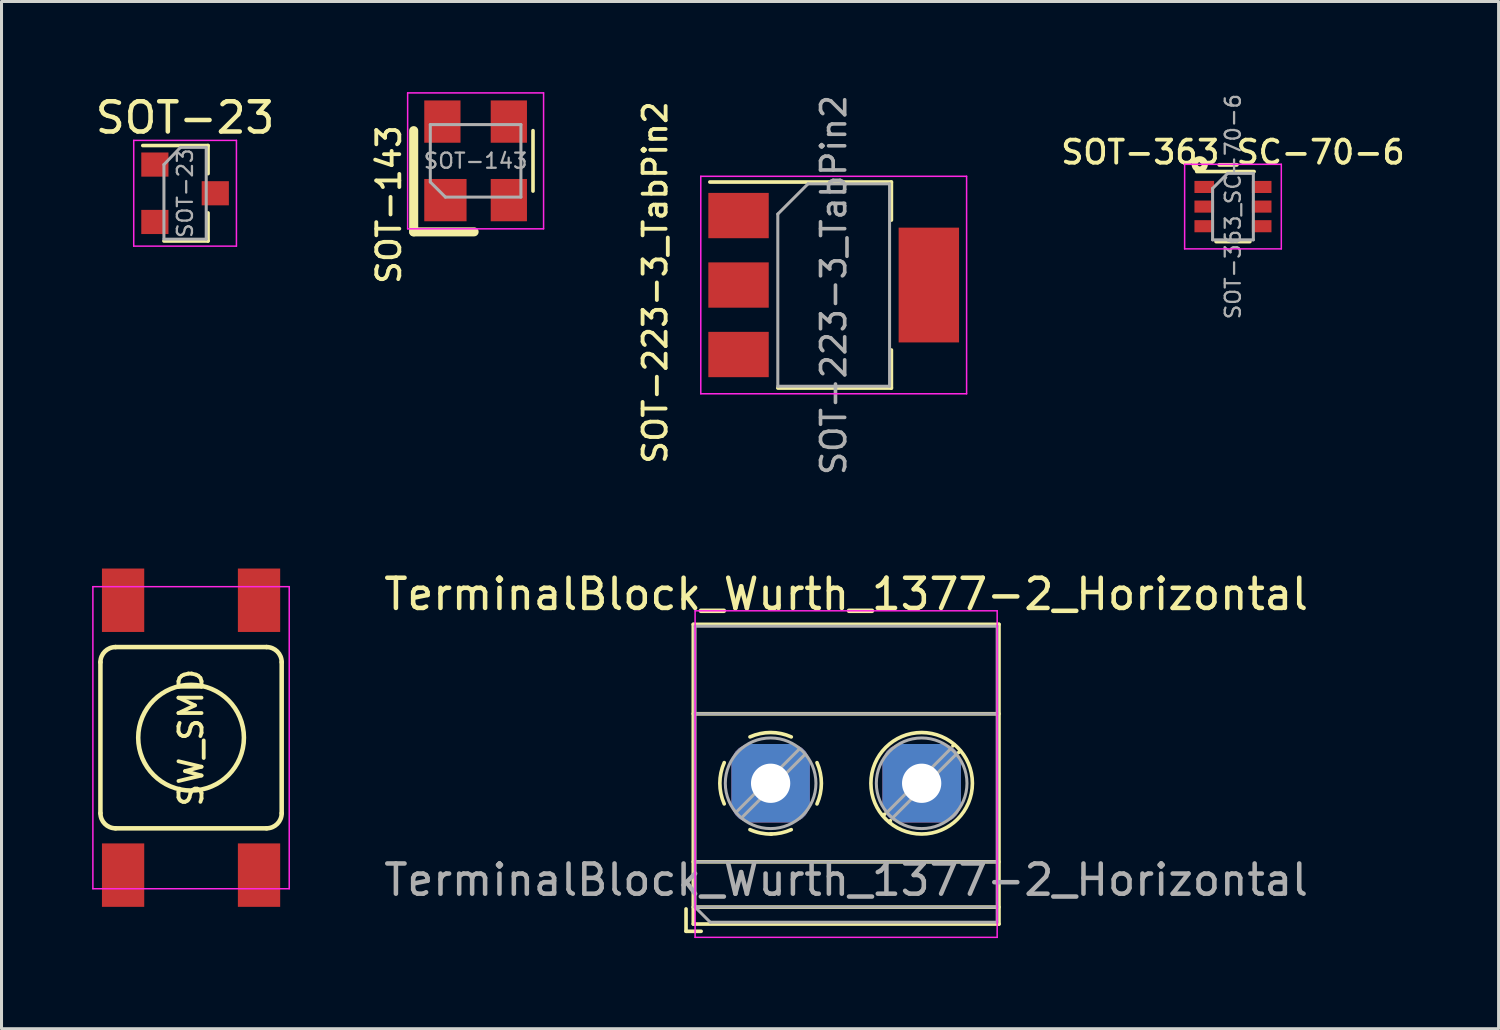
<source format=kicad_pcb>
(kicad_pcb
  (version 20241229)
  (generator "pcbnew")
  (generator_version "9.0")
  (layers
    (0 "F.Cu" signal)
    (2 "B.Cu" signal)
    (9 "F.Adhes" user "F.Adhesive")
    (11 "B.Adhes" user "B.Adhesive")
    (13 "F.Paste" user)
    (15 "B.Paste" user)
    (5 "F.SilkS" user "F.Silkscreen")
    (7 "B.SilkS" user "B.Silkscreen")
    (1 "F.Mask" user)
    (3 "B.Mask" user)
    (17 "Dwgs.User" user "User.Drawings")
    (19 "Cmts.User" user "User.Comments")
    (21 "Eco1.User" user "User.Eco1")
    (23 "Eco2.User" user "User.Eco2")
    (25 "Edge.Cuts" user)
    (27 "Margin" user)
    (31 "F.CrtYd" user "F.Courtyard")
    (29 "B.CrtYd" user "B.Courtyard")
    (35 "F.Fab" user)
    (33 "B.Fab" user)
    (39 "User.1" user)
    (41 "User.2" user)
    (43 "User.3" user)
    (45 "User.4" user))
  (footprint "SOT-143"
    (layer "F.Cu")
    (at 12.695 2.275)
    (property "Reference" "SOT-143" (at -2.872 1.448 90) (layer "F.SilkS") (effects (font (size 0.762 0.762) (thickness 0.127))))
    (attr smd)
    (fp_line (start -2.05 -1) (end -2.05 2.35) (stroke (width 0.3) (type solid)) (layer "F.SilkS"))
    (fp_line (start -2.05 2.35) (end -0.05 2.35) (stroke (width 0.3) (type solid)) (layer "F.SilkS"))
    (fp_line (start 1.9 1) (end 1.9 -1) (stroke (width 0.12) (type solid)) (layer "F.SilkS"))
    (fp_line (start -2.25 -2.25) (end -2.25 2.25) (stroke (width 0.05) (type solid)) (layer "F.CrtYd"))
    (fp_line (start -2.25 -2.25) (end 2.25 -2.25) (stroke (width 0.05) (type solid)) (layer "F.CrtYd"))
    (fp_line (start 2.25 2.25) (end -2.25 2.25) (stroke (width 0.05) (type solid)) (layer "F.CrtYd"))
    (fp_line (start 2.25 2.25) (end 2.25 -2.25) (stroke (width 0.05) (type solid)) (layer "F.CrtYd"))
    (fp_line (start -1.5 -1.2) (end 1.5 -1.2) (stroke (width 0.1) (type solid)) (layer "F.Fab"))
    (fp_line (start -1.5 0.7) (end -1.5 -1.2) (stroke (width 0.1) (type solid)) (layer "F.Fab"))
    (fp_line (start -1 1.2) (end -1.5 0.7) (stroke (width 0.1) (type solid)) (layer "F.Fab"))
    (fp_line (start 1.5 -1.2) (end 1.5 1.2) (stroke (width 0.1) (type solid)) (layer "F.Fab"))
    (fp_line (start 1.5 1.2) (end -1 1.2) (stroke (width 0.1) (type solid)) (layer "F.Fab"))
    (fp_text user "${REFERENCE}" (at 0 0 180) (layer "F.Fab") (effects (font (size 0.5 0.5) (thickness 0.075))))
    (pad "1" smd rect (at -1 1.3) (size 1.4 1.4) (layers "F.Cu" "F.Mask" "F.Paste"))
    (pad "2" smd rect (at 1.1 1.3) (size 1.2 1.4) (layers "F.Cu" "F.Mask" "F.Paste"))
    (pad "3" smd rect (at 1.1 -1.3) (size 1.2 1.4) (layers "F.Cu" "F.Mask" "F.Paste"))
    (pad "4" smd rect (at -1.1 -1.3) (size 1.2 1.4) (layers "F.Cu" "F.Mask" "F.Paste")))
  (footprint "SOT-223-3_TabPin2"
    (layer "F.Cu")
    (at 24.549 6.386)
    (property "Reference" "SOT-223-3_TabPin2" (at -5.91 -0.085 270) (layer "F.SilkS") (effects (font (size 0.762 0.762) (thickness 0.127))))
    (attr smd)
    (fp_line (start -4.1 -3.41) (end 1.91 -3.41) (stroke (width 0.12) (type solid)) (layer "F.SilkS"))
    (fp_line (start -1.85 3.41) (end 1.91 3.41) (stroke (width 0.12) (type solid)) (layer "F.SilkS"))
    (fp_line (start 1.91 -3.41) (end 1.91 -2.15) (stroke (width 0.12) (type solid)) (layer "F.SilkS"))
    (fp_line (start 1.91 3.41) (end 1.91 2.15) (stroke (width 0.12) (type solid)) (layer "F.SilkS"))
    (fp_line (start -4.4 -3.6) (end -4.4 3.6) (stroke (width 0.05) (type solid)) (layer "F.CrtYd"))
    (fp_line (start -4.4 3.6) (end 4.4 3.6) (stroke (width 0.05) (type solid)) (layer "F.CrtYd"))
    (fp_line (start 4.4 -3.6) (end -4.4 -3.6) (stroke (width 0.05) (type solid)) (layer "F.CrtYd"))
    (fp_line (start 4.4 3.6) (end 4.4 -3.6) (stroke (width 0.05) (type solid)) (layer "F.CrtYd"))
    (fp_line (start -1.85 -2.35) (end -1.85 3.35) (stroke (width 0.1) (type solid)) (layer "F.Fab"))
    (fp_line (start -1.85 -2.35) (end -0.85 -3.35) (stroke (width 0.1) (type solid)) (layer "F.Fab"))
    (fp_line (start -1.85 3.35) (end 1.85 3.35) (stroke (width 0.1) (type solid)) (layer "F.Fab"))
    (fp_line (start -0.85 -3.35) (end 1.85 -3.35) (stroke (width 0.1) (type solid)) (layer "F.Fab"))
    (fp_line (start 1.85 -3.35) (end 1.85 3.35) (stroke (width 0.1) (type solid)) (layer "F.Fab"))
    (fp_text user "${REFERENCE}" (at 0 0 90) (layer "F.Fab") (effects (font (size 0.8 0.8) (thickness 0.12))))
    (pad "1" smd rect (at -3.15 -2.3) (size 2 1.5) (layers "F.Cu" "F.Mask" "F.Paste"))
    (pad "2" smd rect (at -3.15 0) (size 2 1.5) (layers "F.Cu" "F.Mask" "F.Paste"))
    (pad "2" smd rect (at 3.15 0) (size 2 3.8) (layers "F.Cu" "F.Mask" "F.Paste"))
    (pad "3" smd rect (at -3.15 2.3) (size 2 1.5) (layers "F.Cu" "F.Mask" "F.Paste")))
  (footprint "SOT-23"
    (layer "F.Cu")
    (at 3.077 3.348)
    (property "Reference" "SOT-23" (at 0 -2.5 0) (layer "F.SilkS") (effects (font (size 1 1) (thickness 0.15))))
    (attr smd)
    (fp_line (start 0.76 -1.58) (end -1.4 -1.58) (stroke (width 0.12) (type solid)) (layer "F.SilkS"))
    (fp_line (start 0.76 -1.58) (end 0.76 -0.65) (stroke (width 0.12) (type solid)) (layer "F.SilkS"))
    (fp_line (start 0.76 1.58) (end -0.7 1.58) (stroke (width 0.12) (type solid)) (layer "F.SilkS"))
    (fp_line (start 0.76 1.58) (end 0.76 0.65) (stroke (width 0.12) (type solid)) (layer "F.SilkS"))
    (fp_line (start -1.7 -1.75) (end 1.7 -1.75) (stroke (width 0.05) (type solid)) (layer "F.CrtYd"))
    (fp_line (start -1.7 1.75) (end -1.7 -1.75) (stroke (width 0.05) (type solid)) (layer "F.CrtYd"))
    (fp_line (start 1.7 -1.75) (end 1.7 1.75) (stroke (width 0.05) (type solid)) (layer "F.CrtYd"))
    (fp_line (start 1.7 1.75) (end -1.7 1.75) (stroke (width 0.05) (type solid)) (layer "F.CrtYd"))
    (fp_line (start -0.7 -0.95) (end -0.7 1.5) (stroke (width 0.1) (type solid)) (layer "F.Fab"))
    (fp_line (start -0.7 -0.95) (end -0.15 -1.52) (stroke (width 0.1) (type solid)) (layer "F.Fab"))
    (fp_line (start -0.7 1.52) (end 0.7 1.52) (stroke (width 0.1) (type solid)) (layer "F.Fab"))
    (fp_line (start -0.15 -1.52) (end 0.7 -1.52) (stroke (width 0.1) (type solid)) (layer "F.Fab"))
    (fp_line (start 0.7 -1.52) (end 0.7 1.52) (stroke (width 0.1) (type solid)) (layer "F.Fab"))
    (fp_text user "${REFERENCE}" (at 0 0 90) (layer "F.Fab") (effects (font (size 0.5 0.5) (thickness 0.075))))
    (pad "1" smd rect (at -1 -0.95) (size 0.9 0.8) (layers "F.Cu" "F.Mask" "F.Paste"))
    (pad "2" smd rect (at -1 0.95) (size 0.9 0.8) (layers "F.Cu" "F.Mask" "F.Paste"))
    (pad "3" smd rect (at 1 0) (size 0.9 0.8) (layers "F.Cu" "F.Mask" "F.Paste")))
  (footprint "TerminalBlock_Wurth_1377-2_Horizontal"
    (layer "F.Cu")
    (at 22.461 22.88)
    (property "Reference" "TerminalBlock_Wurth_1377-2_Horizontal" (at 2.5 -6.26 180) (layer "F.SilkS") (effects (font (size 1 1) (thickness 0.15))))
    (attr through_hole)
    (fp_line (start -2.8 4.16) (end -2.8 4.9) (stroke (width 0.12) (type solid)) (layer "F.SilkS"))
    (fp_line (start -2.8 4.9) (end -2.3 4.9) (stroke (width 0.12) (type solid)) (layer "F.SilkS"))
    (fp_line (start -2.56 -5.261) (end -2.56 4.66) (stroke (width 0.12) (type solid)) (layer "F.SilkS"))
    (fp_line (start -2.56 -5.261) (end 7.56 -5.261) (stroke (width 0.12) (type solid)) (layer "F.SilkS"))
    (fp_line (start -2.56 -2.301) (end 7.56 -2.301) (stroke (width 0.12) (type solid)) (layer "F.SilkS"))
    (fp_line (start -2.56 2.6) (end 7.56 2.6) (stroke (width 0.12) (type solid)) (layer "F.SilkS"))
    (fp_line (start -2.56 4.1) (end 7.56 4.1) (stroke (width 0.12) (type solid)) (layer "F.SilkS"))
    (fp_line (start -2.56 4.66) (end 7.56 4.66) (stroke (width 0.12) (type solid)) (layer "F.SilkS"))
    (fp_line (start 3.773 1.023) (end 3.726 1.069) (stroke (width 0.12) (type solid)) (layer "F.SilkS"))
    (fp_line (start 3.966 1.239) (end 3.931 1.274) (stroke (width 0.12) (type solid)) (layer "F.SilkS"))
    (fp_line (start 6.07 -1.275) (end 6.035 -1.239) (stroke (width 0.12) (type solid)) (layer "F.SilkS"))
    (fp_line (start 6.275 -1.069) (end 6.228 -1.023) (stroke (width 0.12) (type solid)) (layer "F.SilkS"))
    (fp_line (start 7.56 -5.261) (end 7.56 4.66) (stroke (width 0.12) (type solid)) (layer "F.SilkS"))
    (fp_arc (start -1.535427 0.683042) (mid -1.680501 -0.000524) (end -1.535 -0.684) (stroke (width 0.12) (type solid)) (layer "F.SilkS"))
    (fp_arc (start -0.683042 -1.535427) (mid 0.000524 -1.680501) (end 0.684 -1.535) (stroke (width 0.12) (type solid)) (layer "F.SilkS"))
    (fp_arc (start 0.028805 1.680253) (mid -0.335551 1.646659) (end -0.684 1.535) (stroke (width 0.12) (type solid)) (layer "F.SilkS"))
    (fp_arc (start 0.683318 1.534756) (mid 0.349292 1.643288) (end 0 1.68) (stroke (width 0.12) (type solid)) (layer "F.SilkS"))
    (fp_arc (start 1.535427 -0.683042) (mid 1.680501 0.000524) (end 1.535 0.684) (stroke (width 0.12) (type solid)) (layer "F.SilkS"))
    (fp_circle (center 5 0) (end 6.68 0) (stroke (width 0.12) (type solid)) (fill no) (layer "F.SilkS"))
    (fp_line (start -2.5 -5.71) (end -2.5 5.1) (stroke (width 0.05) (type solid)) (layer "F.CrtYd"))
    (fp_line (start -2.5 5.1) (end 7.5 5.1) (stroke (width 0.05) (type solid)) (layer "F.CrtYd"))
    (fp_line (start 7.5 -5.71) (end -2.5 -5.71) (stroke (width 0.05) (type solid)) (layer "F.CrtYd"))
    (fp_line (start 7.5 5.1) (end 7.5 -5.71) (stroke (width 0.05) (type solid)) (layer "F.CrtYd"))
    (fp_line (start -2.5 -5.2) (end 7.5 -5.2) (stroke (width 0.1) (type solid)) (layer "F.Fab"))
    (fp_line (start -2.5 -2.3) (end 7.5 -2.3) (stroke (width 0.1) (type solid)) (layer "F.Fab"))
    (fp_line (start -2.5 2.6) (end 7.5 2.6) (stroke (width 0.1) (type solid)) (layer "F.Fab"))
    (fp_line (start -2.5 4.1) (end -2.5 -5.2) (stroke (width 0.1) (type solid)) (layer "F.Fab"))
    (fp_line (start -2.5 4.1) (end 7.5 4.1) (stroke (width 0.1) (type solid)) (layer "F.Fab"))
    (fp_line (start -2 4.6) (end -2.5 4.1) (stroke (width 0.1) (type solid)) (layer "F.Fab"))
    (fp_line (start 0.955 -1.138) (end -1.138 0.955) (stroke (width 0.1) (type solid)) (layer "F.Fab"))
    (fp_line (start 1.138 -0.955) (end -0.955 1.138) (stroke (width 0.1) (type solid)) (layer "F.Fab"))
    (fp_line (start 5.955 -1.138) (end 3.863 0.955) (stroke (width 0.1) (type solid)) (layer "F.Fab"))
    (fp_line (start 6.138 -0.955) (end 4.046 1.138) (stroke (width 0.1) (type solid)) (layer "F.Fab"))
    (fp_line (start 7.5 -5.2) (end 7.5 4.6) (stroke (width 0.1) (type solid)) (layer "F.Fab"))
    (fp_line (start 7.5 4.6) (end -2 4.6) (stroke (width 0.1) (type solid)) (layer "F.Fab"))
    (fp_circle (center 0 0) (end 1.5 0) (stroke (width 0.1) (type solid)) (fill no) (layer "F.Fab"))
    (fp_circle (center 5 0) (end 6.5 0) (stroke (width 0.1) (type solid)) (fill no) (layer "F.Fab"))
    (fp_text user "${REFERENCE}" (at 2.5 3.2 180) (layer "F.Fab") (effects (font (size 1 1) (thickness 0.15))))
    (pad "1" thru_hole roundrect (at 0 0) (size 2.6 2.6) (drill 1.3) (layers "*.Cu" "*.Mask") (roundrect_rratio 0.25))
    (pad "2" thru_hole roundrect (at 5 0) (size 2.6 2.6) (drill 1.3) (layers "*.Cu" "*.Mask") (roundrect_rratio 0.25)))
  (footprint "SOT-363_SC-70-6"
    (layer "F.Cu")
    (at 37.767 3.789)
    (property "Reference" "SOT-363_SC-70-6" (at 0 -1.8 0) (layer "F.SilkS") (effects (font (size 0.762 0.762) (thickness 0.127))))
    (attr smd)
    (fp_line (start -0.56 1.16) (end 0.56 1.16) (stroke (width 0.12) (type solid)) (layer "F.SilkS"))
    (fp_line (start 0.7 -1.16) (end -1.2 -1.16) (stroke (width 0.12) (type solid)) (layer "F.SilkS"))
    (fp_circle (center -1.1 -1.4) (end -1.03 -1.4) (stroke (width 0.2) (type solid)) (fill no) (layer "F.SilkS"))
    (fp_line (start -1.6 -1.4) (end -1.6 1.4) (stroke (width 0.05) (type solid)) (layer "F.CrtYd"))
    (fp_line (start -1.6 -1.4) (end 1.6 -1.4) (stroke (width 0.05) (type solid)) (layer "F.CrtYd"))
    (fp_line (start -1.6 1.4) (end 1.6 1.4) (stroke (width 0.05) (type solid)) (layer "F.CrtYd"))
    (fp_line (start 1.6 1.4) (end 1.6 -1.4) (stroke (width 0.05) (type solid)) (layer "F.CrtYd"))
    (fp_line (start -0.675 -0.6) (end -0.675 1.1) (stroke (width 0.1) (type solid)) (layer "F.Fab"))
    (fp_line (start -0.175 -1.1) (end -0.675 -0.6) (stroke (width 0.1) (type solid)) (layer "F.Fab"))
    (fp_line (start 0.675 -1.1) (end -0.175 -1.1) (stroke (width 0.1) (type solid)) (layer "F.Fab"))
    (fp_line (start 0.675 -1.1) (end 0.675 1.1) (stroke (width 0.1) (type solid)) (layer "F.Fab"))
    (fp_line (start 0.675 1.1) (end -0.675 1.1) (stroke (width 0.1) (type solid)) (layer "F.Fab"))
    (fp_text user "${REFERENCE}" (at 0 0 90) (layer "F.Fab") (effects (font (size 0.5 0.5) (thickness 0.075))))
    (pad "1" smd rect (at -0.95 -0.65) (size 0.65 0.4) (layers "F.Cu" "F.Mask" "F.Paste"))
    (pad "2" smd rect (at -0.95 0) (size 0.65 0.4) (layers "F.Cu" "F.Mask" "F.Paste"))
    (pad "3" smd rect (at -0.95 0.65) (size 0.65 0.4) (layers "F.Cu" "F.Mask" "F.Paste"))
    (pad "4" smd rect (at 0.95 0.65) (size 0.65 0.4) (layers "F.Cu" "F.Mask" "F.Paste"))
    (pad "5" smd rect (at 0.95 0) (size 0.65 0.4) (layers "F.Cu" "F.Mask" "F.Paste"))
    (pad "6" smd rect (at 0.95 -0.65) (size 0.65 0.4) (layers "F.Cu" "F.Mask" "F.Paste")))
  (footprint "SW_SMD"
    (layer "F.Cu")
    (at 3.275 21.371)
    (property "Reference" "SW_SMD" (at 0 0 270) (layer "F.SilkS") (effects (font (size 0.762 0.762) (thickness 0.127))))
    (attr smd)
    (fp_line (start -3 2.5) (end -3 -2.5) (stroke (width 0.15) (type solid)) (layer "F.SilkS"))
    (fp_line (start -2.5 -3) (end 2.5 -3) (stroke (width 0.15) (type solid)) (layer "F.SilkS"))
    (fp_line (start 2.5 3) (end -2.5 3) (stroke (width 0.15) (type solid)) (layer "F.SilkS"))
    (fp_line (start 3 -2.5) (end 3 2.5) (stroke (width 0.15) (type solid)) (layer "F.SilkS"))
    (fp_arc (start -3 -2.5) (mid -2.853553 -2.853553) (end -2.5 -3) (stroke (width 0.15) (type solid)) (layer "F.SilkS"))
    (fp_arc (start -2.5 3) (mid -2.853553 2.853553) (end -3 2.5) (stroke (width 0.15) (type solid)) (layer "F.SilkS"))
    (fp_arc (start 2.5 -3) (mid 2.853553 -2.853553) (end 3 -2.5) (stroke (width 0.15) (type solid)) (layer "F.SilkS"))
    (fp_arc (start 3 2.5) (mid 2.853553 2.853553) (end 2.5 3) (stroke (width 0.15) (type solid)) (layer "F.SilkS"))
    (fp_circle (center 0 0) (end -1.75 0) (stroke (width 0.15) (type solid)) (fill no) (layer "F.SilkS"))
    (fp_line (start -3.25 -5) (end -3.25 5) (stroke (width 0.05) (type solid)) (layer "F.CrtYd"))
    (fp_line (start -3.25 5) (end 3.25 5) (stroke (width 0.05) (type solid)) (layer "F.CrtYd"))
    (fp_line (start 3.25 -5) (end -3.25 -5) (stroke (width 0.05) (type solid)) (layer "F.CrtYd"))
    (fp_line (start 3.25 5) (end 3.25 -5) (stroke (width 0.05) (type solid)) (layer "F.CrtYd"))
    (pad "1" smd rect (at -2.25 -4.55 270) (size 2.1 1.4) (layers "F.Cu" "F.Mask" "F.Paste"))
    (pad "2" smd rect (at 2.25 -4.55 270) (size 2.1 1.4) (layers "F.Cu" "F.Mask" "F.Paste"))
    (pad "3" smd rect (at -2.25 4.55 270) (size 2.1 1.4) (layers "F.Cu" "F.Mask" "F.Paste"))
    (pad "4" smd rect (at 2.25 4.55 270) (size 2.1 1.4) (layers "F.Cu" "F.Mask" "F.Paste")))
  (gr_rect
    (start -3 -3)
    (end 46.56 31.005)
    (stroke (width 0.1) (type default))
    (fill no)
    (layer "Edge.Cuts")))
</source>
